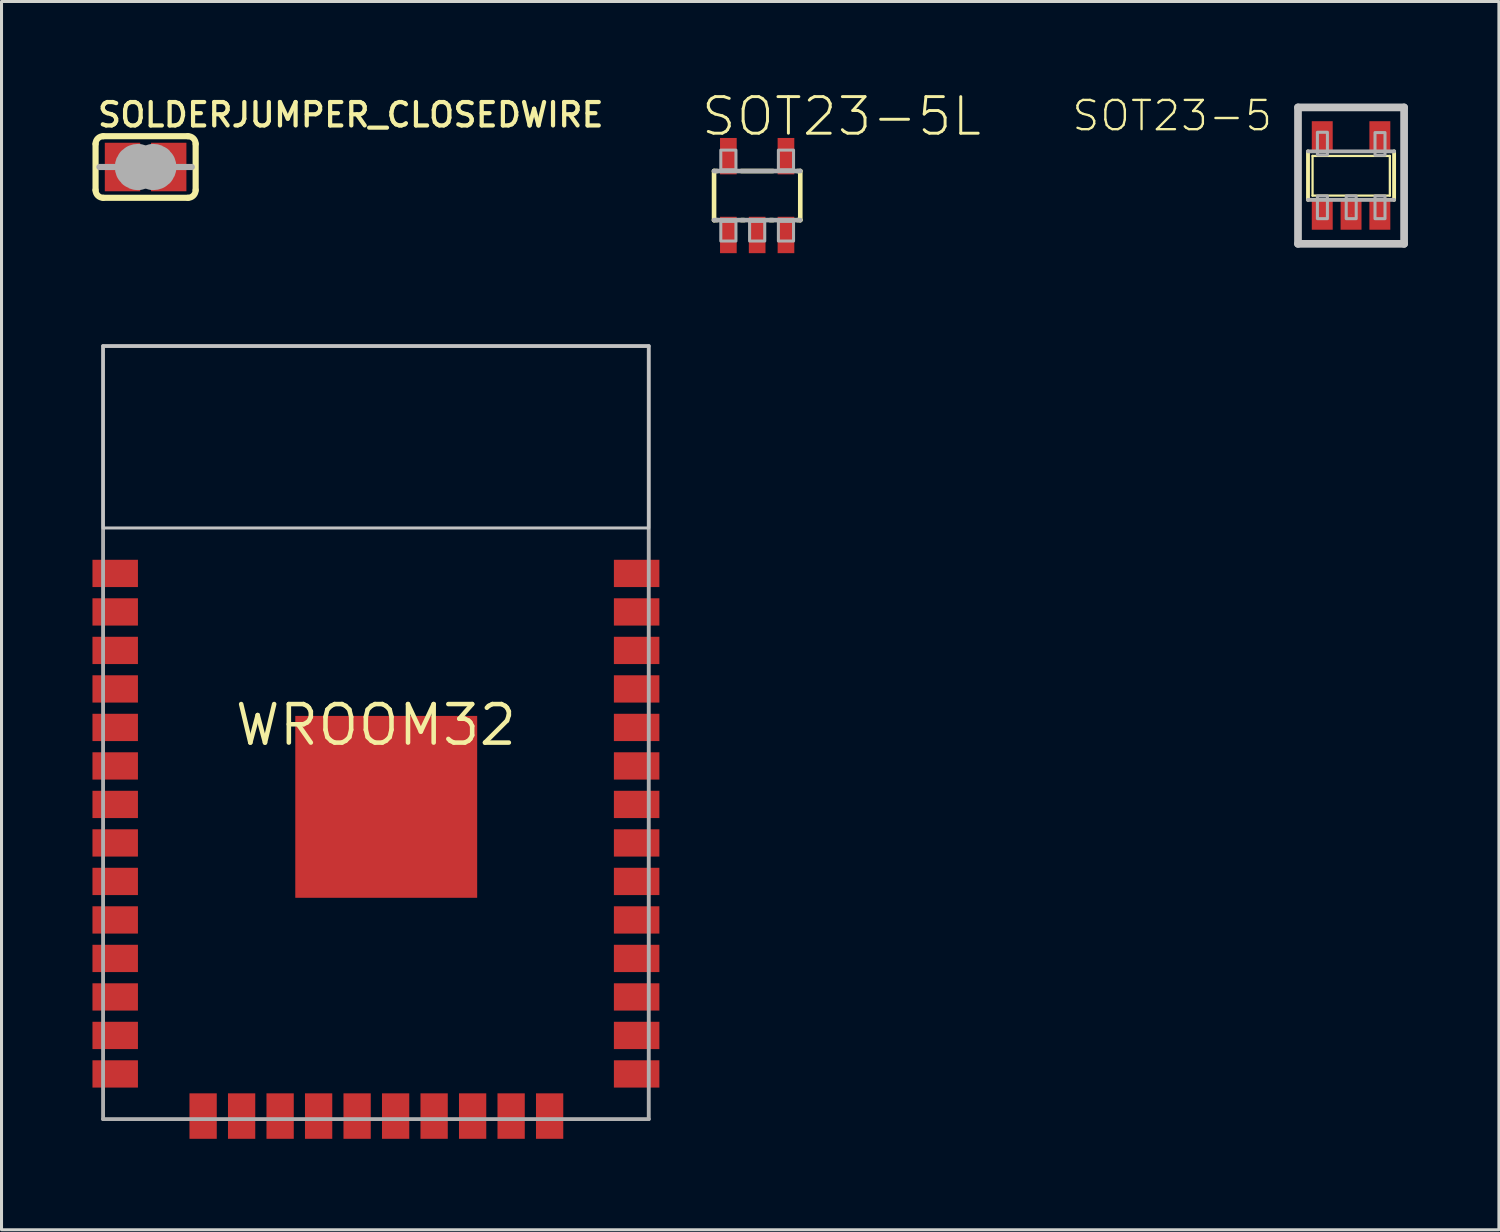
<source format=kicad_pcb>
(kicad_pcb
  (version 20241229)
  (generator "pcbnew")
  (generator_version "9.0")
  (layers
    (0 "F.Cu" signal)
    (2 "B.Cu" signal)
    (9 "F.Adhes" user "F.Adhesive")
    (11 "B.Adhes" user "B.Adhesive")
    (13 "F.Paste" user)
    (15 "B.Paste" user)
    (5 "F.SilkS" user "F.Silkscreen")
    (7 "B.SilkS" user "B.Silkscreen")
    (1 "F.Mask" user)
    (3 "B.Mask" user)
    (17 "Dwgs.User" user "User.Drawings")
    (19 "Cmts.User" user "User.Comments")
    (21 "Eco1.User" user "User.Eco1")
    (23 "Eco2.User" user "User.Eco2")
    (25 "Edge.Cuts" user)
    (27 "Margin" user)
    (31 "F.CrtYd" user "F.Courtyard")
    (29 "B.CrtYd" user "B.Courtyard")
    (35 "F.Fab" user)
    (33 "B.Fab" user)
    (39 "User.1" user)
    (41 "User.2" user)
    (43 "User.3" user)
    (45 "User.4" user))
  (footprint "SOLDERJUMPER_CLOSEDWIRE"
    (layer "F.Cu")
    (at 1.753 2.459)
    (property "Reference" "SOLDERJUMPER_CLOSEDWIRE" (at -1.651 -1.27 0) (layer "F.SilkS") (effects (font (size 0.772 0.772) (thickness 0.139)) (justify left bottom)))
    (attr through_hole)
    (fp_poly (pts (xy -1.27 -0.762) (xy 1.27 -0.762) (xy 1.27 0.762) (xy -1.27 0.762)) (stroke (width 0) (type solid)) (fill yes) (layer "F.Mask"))
    (fp_line (start -1.651 0.762) (end -1.651 -0.762) (stroke (width 0.203) (type solid)) (layer "F.SilkS"))
    (fp_line (start -1.397 -1.016) (end 1.397 -1.016) (stroke (width 0.203) (type solid)) (layer "F.SilkS"))
    (fp_line (start 1.397 1.016) (end -1.397 1.016) (stroke (width 0.203) (type solid)) (layer "F.SilkS"))
    (fp_line (start 1.651 0.762) (end 1.651 -0.762) (stroke (width 0.203) (type solid)) (layer "F.SilkS"))
    (fp_arc (start -1.651 -0.762) (mid -1.576605 -0.941605) (end -1.397 -1.016) (stroke (width 0.2032) (type solid)) (layer "F.SilkS"))
    (fp_arc (start -1.397 1.016) (mid -1.576605 0.941605) (end -1.651 0.762) (stroke (width 0.2032) (type solid)) (layer "F.SilkS"))
    (fp_arc (start 1.397 -1.016) (mid 1.576605 -0.941605) (end 1.651 -0.762) (stroke (width 0.2032) (type solid)) (layer "F.SilkS"))
    (fp_arc (start 1.651 0.762) (mid 1.576605 0.941605) (end 1.397 1.016) (stroke (width 0.2032) (type solid)) (layer "F.SilkS"))
    (fp_line (start -1.016 0) (end -1.524 0) (stroke (width 0.203) (type solid)) (layer "F.Fab"))
    (fp_line (start 1.016 0) (end 1.524 0) (stroke (width 0.203) (type solid)) (layer "F.Fab"))
    (fp_arc (start -0.254001 0.127) (mid -0.381 -0.000001) (end -0.253999 -0.127) (stroke (width 1.27) (type solid)) (layer "F.Fab"))
    (fp_arc (start 0.254001 -0.127) (mid 0.381 0.000001) (end 0.253999 0.127) (stroke (width 1.27) (type solid)) (layer "F.Fab"))
    (pad "1" smd rect (at -0.762 0) (size 1.168 1.6) (layers "F.Cu" "F.Mask"))
    (pad "2" smd rect (at 0.762 0) (size 1.168 1.6) (layers "F.Cu" "F.Mask"))
    (pad "WIRE" smd rect (at 0 0 180) (size 0.635 0.203) (layers "F.Cu" "F.Mask")))
  (footprint "SOT23-5L"
    (layer "F.Cu")
    (at 21.926 3.401)
    (property "Reference" "SOT23-5L" (at -1.905 -1.905 0) (layer "F.SilkS") (effects (font (size 1.206 1.206) (thickness 0.097)) (justify left bottom)))
    (attr through_hole)
    (fp_line (start -1.422 -0.81) (end -1.328 -0.81) (stroke (width 0.152) (type solid)) (layer "F.SilkS"))
    (fp_line (start -1.422 0.81) (end -1.422 -0.81) (stroke (width 0.152) (type solid)) (layer "F.SilkS"))
    (fp_line (start -1.328 0.81) (end -1.422 0.81) (stroke (width 0.152) (type solid)) (layer "F.SilkS"))
    (fp_line (start -0.522 -0.81) (end 0.522 -0.81) (stroke (width 0.152) (type solid)) (layer "F.SilkS"))
    (fp_line (start -0.428 0.81) (end -0.522 0.81) (stroke (width 0.152) (type solid)) (layer "F.SilkS"))
    (fp_line (start 0.522 0.81) (end 0.428 0.81) (stroke (width 0.152) (type solid)) (layer "F.SilkS"))
    (fp_line (start 1.328 -0.81) (end 1.422 -0.81) (stroke (width 0.152) (type solid)) (layer "F.SilkS"))
    (fp_line (start 1.422 -0.81) (end 1.422 0.81) (stroke (width 0.152) (type solid)) (layer "F.SilkS"))
    (fp_line (start 1.422 0.81) (end 1.328 0.81) (stroke (width 0.152) (type solid)) (layer "F.SilkS"))
    (fp_line (start -1.422 -0.81) (end 1.422 -0.81) (stroke (width 0.152) (type solid)) (layer "F.Fab"))
    (fp_line (start 1.422 0.81) (end -1.422 0.81) (stroke (width 0.152) (type solid)) (layer "F.Fab"))
    (fp_poly (pts (xy -1.2 -0.85) (xy -0.7 -0.85) (xy -0.7 -1.5) (xy -1.2 -1.5)) (stroke (width 0.1) (type solid)) (fill no) (layer "F.Fab"))
    (fp_poly (pts (xy -1.2 1.5) (xy -0.7 1.5) (xy -0.7 0.85) (xy -1.2 0.85)) (stroke (width 0.1) (type solid)) (fill no) (layer "F.Fab"))
    (fp_poly (pts (xy -0.25 1.5) (xy 0.25 1.5) (xy 0.25 0.85) (xy -0.25 0.85)) (stroke (width 0.1) (type solid)) (fill no) (layer "F.Fab"))
    (fp_poly (pts (xy 0.7 -0.85) (xy 1.2 -0.85) (xy 1.2 -1.5) (xy 0.7 -1.5)) (stroke (width 0.1) (type solid)) (fill no) (layer "F.Fab"))
    (fp_poly (pts (xy 0.7 1.5) (xy 1.2 1.5) (xy 1.2 0.85) (xy 0.7 0.85)) (stroke (width 0.1) (type solid)) (fill no) (layer "F.Fab"))
    (pad "1" smd rect (at -0.95 1.3) (size 0.55 1.2) (layers "F.Cu" "F.Mask" "F.Paste"))
    (pad "2" smd rect (at 0 1.3) (size 0.55 1.2) (layers "F.Cu" "F.Mask" "F.Paste"))
    (pad "3" smd rect (at 0.95 1.3) (size 0.55 1.2) (layers "F.Cu" "F.Mask" "F.Paste"))
    (pad "4" smd rect (at 0.95 -1.3) (size 0.55 1.2) (layers "F.Cu" "F.Mask" "F.Paste"))
    (pad "5" smd rect (at -0.95 -1.3) (size 0.55 1.2) (layers "F.Cu" "F.Mask" "F.Paste")))
  (footprint "SOT23-5"
    (layer "F.Cu")
    (at 41.516 2.743)
    (property "Reference" "SOT23-5" (at -2.54 -2.54 180) (layer "F.SilkS") (effects (font (size 0.965 0.965) (thickness 0.077)) (justify right top)))
    (attr through_hole)
    (fp_line (start -1.42 0.8) (end -1.42 -0.8) (stroke (width 0.127) (type solid)) (layer "F.SilkS"))
    (fp_line (start -1.27 -0.65) (end 1.28 -0.65) (stroke (width 0.075) (type solid)) (layer "F.SilkS"))
    (fp_line (start -1.27 0.66) (end -1.27 -0.65) (stroke (width 0.075) (type solid)) (layer "F.SilkS"))
    (fp_line (start 0 1.29) (end 0 1.3) (stroke (width 0.01) (type solid)) (layer "F.SilkS"))
    (fp_line (start 1.28 -0.65) (end 1.28 0.66) (stroke (width 0.075) (type solid)) (layer "F.SilkS"))
    (fp_line (start 1.28 0.66) (end -1.27 0.66) (stroke (width 0.075) (type solid)) (layer "F.SilkS"))
    (fp_line (start 1.42 -0.8) (end 1.42 0.8) (stroke (width 0.127) (type solid)) (layer "F.SilkS"))
    (fp_line (start -1.75 -2.25) (end 1.75 -2.25) (stroke (width 0.254) (type solid)) (layer "Dwgs.User"))
    (fp_line (start -1.75 2.25) (end -1.75 -2.25) (stroke (width 0.254) (type solid)) (layer "Dwgs.User"))
    (fp_line (start 1.75 -2.25) (end 1.75 2.25) (stroke (width 0.254) (type solid)) (layer "Dwgs.User"))
    (fp_line (start 1.75 2.25) (end -1.75 2.25) (stroke (width 0.254) (type solid)) (layer "Dwgs.User"))
    (fp_line (start -1.42 -0.8) (end 1.42 -0.8) (stroke (width 0.127) (type solid)) (layer "F.Fab"))
    (fp_line (start 1.42 0.8) (end -1.42 0.8) (stroke (width 0.127) (type solid)) (layer "F.Fab"))
    (fp_poly (pts (xy -1.11 -0.68) (xy -0.78 -0.68) (xy -0.78 -1.43) (xy -1.11 -1.43)) (stroke (width 0.1) (type solid)) (fill no) (layer "F.Fab"))
    (fp_poly (pts (xy -1.11 1.42) (xy -0.78 1.42) (xy -0.78 0.67) (xy -1.11 0.67)) (stroke (width 0.1) (type solid)) (fill no) (layer "F.Fab"))
    (fp_poly (pts (xy -0.16 1.42) (xy 0.17 1.42) (xy 0.17 0.67) (xy -0.16 0.67)) (stroke (width 0.1) (type solid)) (fill no) (layer "F.Fab"))
    (fp_poly (pts (xy 0.79 -0.67) (xy 1.12 -0.67) (xy 1.12 -1.42) (xy 0.79 -1.42)) (stroke (width 0.1) (type solid)) (fill no) (layer "F.Fab"))
    (fp_poly (pts (xy 0.79 1.42) (xy 1.12 1.42) (xy 1.12 0.67) (xy 0.79 0.67)) (stroke (width 0.1) (type solid)) (fill no) (layer "F.Fab"))
    (pad "1" smd rect (at -0.95 1.29) (size 0.69 0.99) (layers "F.Cu" "F.Mask" "F.Paste"))
    (pad "2" smd rect (at 0 1.29) (size 0.69 0.99) (layers "F.Cu" "F.Mask" "F.Paste"))
    (pad "3" smd rect (at 0.95 1.29) (size 0.69 0.99) (layers "F.Cu" "F.Mask" "F.Paste"))
    (pad "4" smd rect (at 0.95 -1.3) (size 0.69 0.99) (layers "F.Cu" "F.Mask" "F.Paste"))
    (pad "5" smd rect (at -0.95 -1.3) (size 0.69 0.99) (layers "F.Cu" "F.Mask" "F.Paste")))
  (footprint "WROOM32"
    (layer "F.Cu")
    (at 9.35 20.865)
    (property "Reference" "WROOM32" (at 0 0 0) (layer "F.SilkS") (effects (font (size 1.27 1.27) (thickness 0.15))))
    (attr through_hole)
    (fp_poly (pts (xy -9 -6.5) (xy 9 -6.5) (xy 9 -12.5) (xy -9 -12.5)) (stroke (width 0.1) (type solid)) (fill no) (layer "Dwgs.User"))
    (fp_line (start -9 -12.5) (end -9 13) (stroke (width 0.127) (type solid)) (layer "F.Fab"))
    (fp_line (start -9 13) (end 9 13) (stroke (width 0.127) (type solid)) (layer "F.Fab"))
    (fp_line (start 9 -12.5) (end -9 -12.5) (stroke (width 0.127) (type solid)) (layer "F.Fab"))
    (fp_line (start 9 13) (end 9 -12.5) (stroke (width 0.127) (type solid)) (layer "F.Fab"))
    (pad "1" smd rect (at -8.6 -5 180) (size 1.5 0.9) (layers "F.Cu" "F.Mask" "F.Paste"))
    (pad "2" smd rect (at -8.6 -3.73 180) (size 1.5 0.9) (layers "F.Cu" "F.Mask" "F.Paste"))
    (pad "3" smd rect (at -8.6 -2.46 180) (size 1.5 0.9) (layers "F.Cu" "F.Mask" "F.Paste"))
    (pad "4" smd rect (at -8.6 -1.19 180) (size 1.5 0.9) (layers "F.Cu" "F.Mask" "F.Paste"))
    (pad "5" smd rect (at -8.6 0.08 180) (size 1.5 0.9) (layers "F.Cu" "F.Mask" "F.Paste"))
    (pad "6" smd rect (at -8.6 1.35 180) (size 1.5 0.9) (layers "F.Cu" "F.Mask" "F.Paste"))
    (pad "7" smd rect (at -8.6 2.62 180) (size 1.5 0.9) (layers "F.Cu" "F.Mask" "F.Paste"))
    (pad "8" smd rect (at -8.6 3.89 180) (size 1.5 0.9) (layers "F.Cu" "F.Mask" "F.Paste"))
    (pad "9" smd rect (at -8.6 5.16 180) (size 1.5 0.9) (layers "F.Cu" "F.Mask" "F.Paste"))
    (pad "10" smd rect (at -8.6 6.43 180) (size 1.5 0.9) (layers "F.Cu" "F.Mask" "F.Paste"))
    (pad "11" smd rect (at -8.6 7.7 180) (size 1.5 0.9) (layers "F.Cu" "F.Mask" "F.Paste"))
    (pad "12" smd rect (at -8.6 8.97 180) (size 1.5 0.9) (layers "F.Cu" "F.Mask" "F.Paste"))
    (pad "13" smd rect (at -8.6 10.24 180) (size 1.5 0.9) (layers "F.Cu" "F.Mask" "F.Paste"))
    (pad "14" smd rect (at -8.6 11.51 180) (size 1.5 0.9) (layers "F.Cu" "F.Mask" "F.Paste"))
    (pad "15" smd rect (at -5.7 12.9 270) (size 1.5 0.9) (layers "F.Cu" "F.Mask" "F.Paste"))
    (pad "16" smd rect (at -4.43 12.9 270) (size 1.5 0.9) (layers "F.Cu" "F.Mask" "F.Paste"))
    (pad "17" smd rect (at -3.16 12.9 270) (size 1.5 0.9) (layers "F.Cu" "F.Mask" "F.Paste"))
    (pad "18" smd rect (at -1.89 12.9 270) (size 1.5 0.9) (layers "F.Cu" "F.Mask" "F.Paste"))
    (pad "19" smd rect (at -0.62 12.9 270) (size 1.5 0.9) (layers "F.Cu" "F.Mask" "F.Paste"))
    (pad "20" smd rect (at 0.65 12.9 270) (size 1.5 0.9) (layers "F.Cu" "F.Mask" "F.Paste"))
    (pad "21" smd rect (at 1.92 12.9 270) (size 1.5 0.9) (layers "F.Cu" "F.Mask" "F.Paste"))
    (pad "22" smd rect (at 3.19 12.9 270) (size 1.5 0.9) (layers "F.Cu" "F.Mask" "F.Paste"))
    (pad "23" smd rect (at 4.46 12.9 270) (size 1.5 0.9) (layers "F.Cu" "F.Mask" "F.Paste"))
    (pad "24" smd rect (at 5.73 12.9 270) (size 1.5 0.9) (layers "F.Cu" "F.Mask" "F.Paste"))
    (pad "25" smd rect (at 8.6 11.51) (size 1.5 0.9) (layers "F.Cu" "F.Mask" "F.Paste"))
    (pad "26" smd rect (at 8.6 10.24) (size 1.5 0.9) (layers "F.Cu" "F.Mask" "F.Paste"))
    (pad "27" smd rect (at 8.6 8.97) (size 1.5 0.9) (layers "F.Cu" "F.Mask" "F.Paste"))
    (pad "28" smd rect (at 8.6 7.7) (size 1.5 0.9) (layers "F.Cu" "F.Mask" "F.Paste"))
    (pad "29" smd rect (at 8.6 6.43) (size 1.5 0.9) (layers "F.Cu" "F.Mask" "F.Paste"))
    (pad "30" smd rect (at 8.6 5.16) (size 1.5 0.9) (layers "F.Cu" "F.Mask" "F.Paste"))
    (pad "31" smd rect (at 8.6 3.89) (size 1.5 0.9) (layers "F.Cu" "F.Mask" "F.Paste"))
    (pad "32" smd rect (at 8.6 2.62) (size 1.5 0.9) (layers "F.Cu" "F.Mask" "F.Paste"))
    (pad "33" smd rect (at 8.6 1.35) (size 1.5 0.9) (layers "F.Cu" "F.Mask" "F.Paste"))
    (pad "34" smd rect (at 8.6 0.08) (size 1.5 0.9) (layers "F.Cu" "F.Mask" "F.Paste"))
    (pad "35" smd rect (at 8.6 -1.19) (size 1.5 0.9) (layers "F.Cu" "F.Mask" "F.Paste"))
    (pad "36" smd rect (at 8.6 -2.46) (size 1.5 0.9) (layers "F.Cu" "F.Mask" "F.Paste"))
    (pad "37" smd rect (at 8.6 -3.73) (size 1.5 0.9) (layers "F.Cu" "F.Mask" "F.Paste"))
    (pad "38" smd rect (at 8.6 -5) (size 1.5 0.9) (layers "F.Cu" "F.Mask" "F.Paste"))
    (pad "P$1" smd rect (at 0.34 2.7) (size 6 6) (layers "F.Cu" "F.Mask" "F.Paste")))
  (gr_rect
    (start -3 -3)
    (end 46.393 37.515)
    (stroke (width 0.1) (type default))
    (fill no)
    (layer "Edge.Cuts")))
</source>
